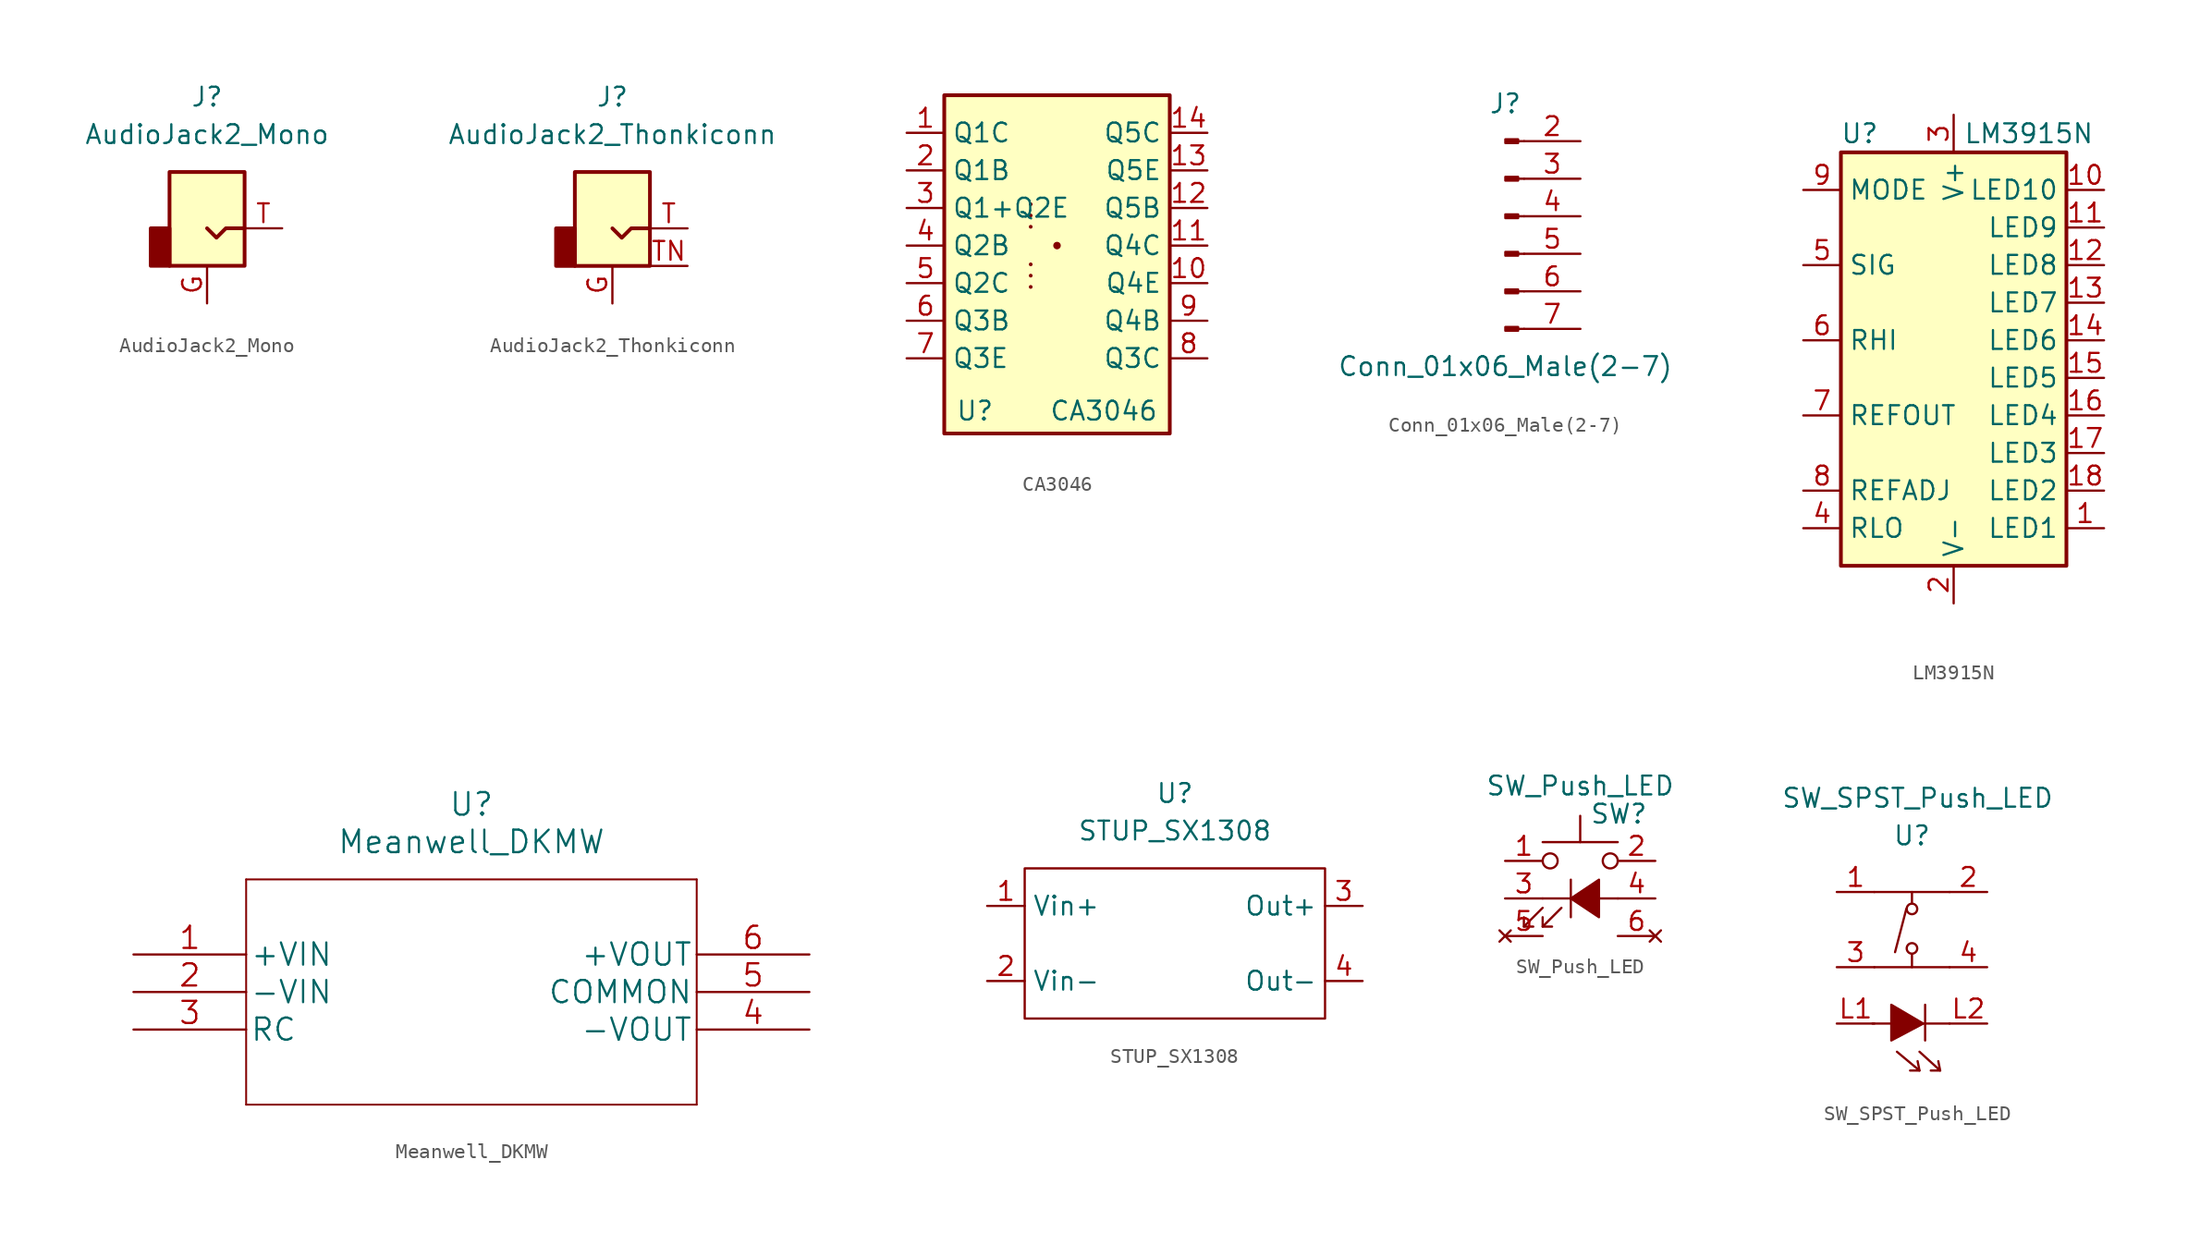
<source format=kicad_sym>
(kicad_symbol_lib
  (version 20211014)
  (generator kicad_symbol_editor)
  (symbol "AudioJack2_Mono"
    (property "Reference" "J"
      (at 0 8.89 0)
      (effects (font (size 1.27 1.27))))
    (property "Value" "AudioJack2_Mono"
      (at 0 6.35 0)
      (effects (font (size 1.27 1.27))))
    (symbol "AudioJack2_Mono_0_1"
      (rectangle (start -2.54 -2.54) (end -3.81 0) (stroke (width 0.254) (type default) (color 0 0 0 0)) (fill (type outline)))
      (polyline (pts (xy 0 0) (xy 0.635 -0.635) (xy 1.27 0) (xy 2.54 0)) (stroke (width 0.254) (type default) (color 0 0 0 0)) (fill (type none)))
      (rectangle (start 2.54 3.81) (end -2.54 -2.54) (stroke (width 0.254) (type default) (color 0 0 0 0)) (fill (type background))))
    (symbol "AudioJack2_Mono_1_1"
      (pin passive line (at 0 -5.08 90) (length 2.54) (name "~" (effects (font (size 1.27 1.27)))) (number "G" (effects (font (size 1.27 1.27)))))
      (pin passive line (at 5.08 0 180) (length 2.54) (name "~" (effects (font (size 1.27 1.27)))) (number "T" (effects (font (size 1.27 1.27)))))))
  (symbol "AudioJack2_Thonkiconn"
    (property "Reference" "J"
      (at 0 8.89 0)
      (effects (font (size 1.27 1.27))))
    (property "Value" "AudioJack2_Thonkiconn"
      (at 0 6.35 0)
      (effects (font (size 1.27 1.27))))
    (symbol "AudioJack2_Thonkiconn_0_1"
      (rectangle (start -2.54 -2.54) (end -3.81 0) (stroke (width 0.254) (type default) (color 0 0 0 0)) (fill (type outline)))
      (polyline (pts (xy 0 0) (xy 0.635 -0.635) (xy 1.27 0) (xy 2.54 0)) (stroke (width 0.254) (type default) (color 0 0 0 0)) (fill (type none)))
      (rectangle (start 2.54 3.81) (end -2.54 -2.54) (stroke (width 0.254) (type default) (color 0 0 0 0)) (fill (type background))))
    (symbol "AudioJack2_Thonkiconn_1_1"
      (pin passive line (at 0 -5.08 90) (length 2.54) (name "~" (effects (font (size 1.27 1.27)))) (number "G" (effects (font (size 1.27 1.27)))))
      (pin bidirectional line (at 5.08 0 180) (length 2.54) (name "~" (effects (font (size 1.27 1.27)))) (number "T" (effects (font (size 1.27 1.27)))))
      (pin passive line (at 5.08 -2.54 180) (length 2.54) (name "~" (effects (font (size 1.27 1.27)))) (number "TN" (effects (font (size 1.27 1.27)))))))
  (symbol "CA3046"
    (property "Reference" "U"
      (at -6.858 -11.176 0)
      (effects (font (size 1.27 1.27)) (justify left)))
    (property "Value" "CA3046"
      (at 6.858 -11.176 0)
      (effects (font (size 1.27 1.27)) (justify right)))
    (symbol "CA3046_0_1"
      (rectangle (start -7.62 10.16) (end 7.62 -12.7) (stroke (width 0.254) (type default) (color 0 0 0 0)) (fill (type background)))
      (polyline (pts (xy -1.778 -2.794) (xy -1.778 -2.794)) (stroke (width 0.254) (type default) (color 0 0 0 0)) (fill (type none)))
      (polyline (pts (xy -1.778 -2.032) (xy -1.778 -2.032)) (stroke (width 0.254) (type default) (color 0 0 0 0)) (fill (type none)))
      (polyline (pts (xy -1.778 -1.27) (xy -1.778 -1.27)) (stroke (width 0.254) (type default) (color 0 0 0 0)) (fill (type none)))
      (polyline (pts (xy -1.778 1.27) (xy -1.778 1.27)) (stroke (width 0.254) (type default) (color 0 0 0 0)) (fill (type none)))
      (polyline (pts (xy -1.778 2.032) (xy -1.778 2.032)) (stroke (width 0.254) (type default) (color 0 0 0 0)) (fill (type none)))
      (polyline (pts (xy -1.778 2.794) (xy -1.778 2.794)) (stroke (width 0.254) (type default) (color 0 0 0 0)) (fill (type none)))
      (polyline (pts (xy 0 0) (xy 0 0)) (stroke (width 0.508) (type default) (color 0 0 0 0)) (fill (type none))))
    (symbol "CA3046_1_1"
      (pin open_collector line (at -10.16 7.62 0) (length 2.54) (name "Q1C" (effects (font (size 1.27 1.27)))) (number "1" (effects (font (size 1.27 1.27)))))
      (pin open_emitter line (at 10.16 -2.54 180) (length 2.54) (name "Q4E" (effects (font (size 1.27 1.27)))) (number "10" (effects (font (size 1.27 1.27)))))
      (pin open_collector line (at 10.16 0 180) (length 2.54) (name "Q4C" (effects (font (size 1.27 1.27)))) (number "11" (effects (font (size 1.27 1.27)))))
      (pin input line (at 10.16 2.54 180) (length 2.54) (name "Q5B" (effects (font (size 1.27 1.27)))) (number "12" (effects (font (size 1.27 1.27)))))
      (pin open_emitter line (at 10.16 5.08 180) (length 2.54) (name "Q5E" (effects (font (size 1.27 1.27)))) (number "13" (effects (font (size 1.27 1.27)))))
      (pin open_collector line (at 10.16 7.62 180) (length 2.54) (name "Q5C" (effects (font (size 1.27 1.27)))) (number "14" (effects (font (size 1.27 1.27)))))
      (pin input line (at -10.16 5.08 0) (length 2.54) (name "Q1B" (effects (font (size 1.27 1.27)))) (number "2" (effects (font (size 1.27 1.27)))))
      (pin open_emitter line (at -10.16 2.54 0) (length 2.54) (name "Q1+Q2E" (effects (font (size 1.27 1.27)))) (number "3" (effects (font (size 1.27 1.27)))))
      (pin input line (at -10.16 0 0) (length 2.54) (name "Q2B" (effects (font (size 1.27 1.27)))) (number "4" (effects (font (size 1.27 1.27)))))
      (pin open_collector line (at -10.16 -2.54 0) (length 2.54) (name "Q2C" (effects (font (size 1.27 1.27)))) (number "5" (effects (font (size 1.27 1.27)))))
      (pin input line (at -10.16 -5.08 0) (length 2.54) (name "Q3B" (effects (font (size 1.27 1.27)))) (number "6" (effects (font (size 1.27 1.27)))))
      (pin open_emitter line (at -10.16 -7.62 0) (length 2.54) (name "Q3E" (effects (font (size 1.27 1.27)))) (number "7" (effects (font (size 1.27 1.27)))))
      (pin open_collector line (at 10.16 -7.62 180) (length 2.54) (name "Q3C" (effects (font (size 1.27 1.27)))) (number "8" (effects (font (size 1.27 1.27)))))
      (pin input line (at 10.16 -5.08 180) (length 2.54) (name "Q4B" (effects (font (size 1.27 1.27)))) (number "9" (effects (font (size 1.27 1.27)))))))
  (symbol "Conn_01x06_Male(2-7)"
    (pin_names
      (offset 1.016) hide)
    (property "Reference" "J"
      (at 0 7.62 0)
      (effects (font (size 1.27 1.27))))
    (property "Value" "Conn_01x06_Male(2-7)"
      (at 0 -10.16 0)
      (effects (font (size 1.27 1.27))))
    (symbol "Conn_01x06_Male(2-7)_1_1"
      (polyline (pts (xy 1.27 -7.62) (xy 0.864 -7.62)) (stroke (width 0.152) (type default) (color 0 0 0 0)) (fill (type none)))
      (polyline (pts (xy 1.27 -5.08) (xy 0.864 -5.08)) (stroke (width 0.152) (type default) (color 0 0 0 0)) (fill (type none)))
      (polyline (pts (xy 1.27 -2.54) (xy 0.864 -2.54)) (stroke (width 0.152) (type default) (color 0 0 0 0)) (fill (type none)))
      (polyline (pts (xy 1.27 0) (xy 0.864 0)) (stroke (width 0.152) (type default) (color 0 0 0 0)) (fill (type none)))
      (polyline (pts (xy 1.27 2.54) (xy 0.864 2.54)) (stroke (width 0.152) (type default) (color 0 0 0 0)) (fill (type none)))
      (polyline (pts (xy 1.27 5.08) (xy 0.864 5.08)) (stroke (width 0.152) (type default) (color 0 0 0 0)) (fill (type none)))
      (rectangle (start 0.864 -7.493) (end 0 -7.747) (stroke (width 0.152) (type default) (color 0 0 0 0)) (fill (type outline)))
      (rectangle (start 0.864 -4.953) (end 0 -5.207) (stroke (width 0.152) (type default) (color 0 0 0 0)) (fill (type outline)))
      (rectangle (start 0.864 -2.413) (end 0 -2.667) (stroke (width 0.152) (type default) (color 0 0 0 0)) (fill (type outline)))
      (rectangle (start 0.864 0.127) (end 0 -0.127) (stroke (width 0.152) (type default) (color 0 0 0 0)) (fill (type outline)))
      (rectangle (start 0.864 2.667) (end 0 2.413) (stroke (width 0.152) (type default) (color 0 0 0 0)) (fill (type outline)))
      (rectangle (start 0.864 5.207) (end 0 4.953) (stroke (width 0.152) (type default) (color 0 0 0 0)) (fill (type outline)))
      (pin passive line (at 5.08 5.08 180) (length 3.81) (name "Pin_2" (effects (font (size 1.27 1.27)))) (number "2" (effects (font (size 1.27 1.27)))))
      (pin passive line (at 5.08 2.54 180) (length 3.81) (name "Pin_3" (effects (font (size 1.27 1.27)))) (number "3" (effects (font (size 1.27 1.27)))))
      (pin passive line (at 5.08 0 180) (length 3.81) (name "Pin_4" (effects (font (size 1.27 1.27)))) (number "4" (effects (font (size 1.27 1.27)))))
      (pin passive line (at 5.08 -2.54 180) (length 3.81) (name "Pin_5" (effects (font (size 1.27 1.27)))) (number "5" (effects (font (size 1.27 1.27)))))
      (pin passive line (at 5.08 -5.08 180) (length 3.81) (name "Pin_6" (effects (font (size 1.27 1.27)))) (number "6" (effects (font (size 1.27 1.27)))))
      (pin passive line (at 5.08 -7.62 180) (length 3.81) (name "Pin_7" (effects (font (size 1.27 1.27)))) (number "7" (effects (font (size 1.27 1.27)))))))
  (symbol "LM3915N"
    (property "Reference" "U"
      (at -6.35 13.97 0)
      (effects (font (size 1.27 1.27))))
    (property "Value" "LM3915N"
      (at 5.08 13.97 0)
      (effects (font (size 1.27 1.27))))
    (symbol "LM3915N_0_1"
      (rectangle (start -7.62 12.7) (end 7.62 -15.24) (stroke (width 0.254) (type default) (color 0 0 0 0)) (fill (type background))))
    (symbol "LM3915N_1_1"
      (pin open_collector line (at 10.16 -12.7 180) (length 2.54) (name "LED1" (effects (font (size 1.27 1.27)))) (number "1" (effects (font (size 1.27 1.27)))))
      (pin open_collector line (at 10.16 10.16 180) (length 2.54) (name "LED10" (effects (font (size 1.27 1.27)))) (number "10" (effects (font (size 1.27 1.27)))))
      (pin open_collector line (at 10.16 7.62 180) (length 2.54) (name "LED9" (effects (font (size 1.27 1.27)))) (number "11" (effects (font (size 1.27 1.27)))))
      (pin open_collector line (at 10.16 5.08 180) (length 2.54) (name "LED8" (effects (font (size 1.27 1.27)))) (number "12" (effects (font (size 1.27 1.27)))))
      (pin open_collector line (at 10.16 2.54 180) (length 2.54) (name "LED7" (effects (font (size 1.27 1.27)))) (number "13" (effects (font (size 1.27 1.27)))))
      (pin open_collector line (at 10.16 0 180) (length 2.54) (name "LED6" (effects (font (size 1.27 1.27)))) (number "14" (effects (font (size 1.27 1.27)))))
      (pin open_collector line (at 10.16 -2.54 180) (length 2.54) (name "LED5" (effects (font (size 1.27 1.27)))) (number "15" (effects (font (size 1.27 1.27)))))
      (pin open_collector line (at 10.16 -5.08 180) (length 2.54) (name "LED4" (effects (font (size 1.27 1.27)))) (number "16" (effects (font (size 1.27 1.27)))))
      (pin open_collector line (at 10.16 -7.62 180) (length 2.54) (name "LED3" (effects (font (size 1.27 1.27)))) (number "17" (effects (font (size 1.27 1.27)))))
      (pin open_collector line (at 10.16 -10.16 180) (length 2.54) (name "LED2" (effects (font (size 1.27 1.27)))) (number "18" (effects (font (size 1.27 1.27)))))
      (pin power_in line (at 0 -17.78 90) (length 2.54) (name "V-" (effects (font (size 1.27 1.27)))) (number "2" (effects (font (size 1.27 1.27)))))
      (pin power_in line (at 0 15.24 270) (length 2.54) (name "V+" (effects (font (size 1.27 1.27)))) (number "3" (effects (font (size 1.27 1.27)))))
      (pin input line (at -10.16 -12.7 0) (length 2.54) (name "RLO" (effects (font (size 1.27 1.27)))) (number "4" (effects (font (size 1.27 1.27)))))
      (pin input line (at -10.16 5.08 0) (length 2.54) (name "SIG" (effects (font (size 1.27 1.27)))) (number "5" (effects (font (size 1.27 1.27)))))
      (pin input line (at -10.16 0 0) (length 2.54) (name "RHI" (effects (font (size 1.27 1.27)))) (number "6" (effects (font (size 1.27 1.27)))))
      (pin output line (at -10.16 -5.08 0) (length 2.54) (name "REFOUT" (effects (font (size 1.27 1.27)))) (number "7" (effects (font (size 1.27 1.27)))))
      (pin input line (at -10.16 -10.16 0) (length 2.54) (name "REFADJ" (effects (font (size 1.27 1.27)))) (number "8" (effects (font (size 1.27 1.27)))))
      (pin input line (at -10.16 10.16 0) (length 2.54) (name "MODE" (effects (font (size 1.27 1.27)))) (number "9" (effects (font (size 1.27 1.27)))))))
  (symbol "Meanwell_DKMW"
    (pin_names
      (offset 0.254))
    (property "Reference" "U"
      (at 22.86 10.16 0)
      (effects (font (size 1.524 1.524))))
    (property "Value" "Meanwell_DKMW"
      (at 22.86 7.62 0)
      (effects (font (size 1.524 1.524))))
    (property "Datasheet" ""
      (at 0 0 0)
      (effects (font (size 1.524 1.524))))
    (property "ki_locked" ""
      (at 0 0 0)
      (effects (font (size 1.27 1.27))))
    (symbol "Meanwell_DKMW_1_1"
      (polyline (pts (xy 7.62 -10.16) (xy 38.1 -10.16)) (stroke (width 0.127) (type default) (color 0 0 0 0)) (fill (type none)))
      (polyline (pts (xy 7.62 5.08) (xy 7.62 -10.16)) (stroke (width 0.127) (type default) (color 0 0 0 0)) (fill (type none)))
      (polyline (pts (xy 38.1 -10.16) (xy 38.1 5.08)) (stroke (width 0.127) (type default) (color 0 0 0 0)) (fill (type none)))
      (polyline (pts (xy 38.1 5.08) (xy 7.62 5.08)) (stroke (width 0.127) (type default) (color 0 0 0 0)) (fill (type none)))
      (pin power_in line (at 0 0 0) (length 7.62) (name "+VIN" (effects (font (size 1.499 1.499)))) (number "1" (effects (font (size 1.499 1.499)))))
      (pin power_in line (at 0 -2.54 0) (length 7.62) (name "-VIN" (effects (font (size 1.499 1.499)))) (number "2" (effects (font (size 1.499 1.499)))))
      (pin unspecified line (at 0 -5.08 0) (length 7.62) (name "RC" (effects (font (size 1.499 1.499)))) (number "3" (effects (font (size 1.499 1.499)))))
      (pin output line (at 45.72 -5.08 180) (length 7.62) (name "-VOUT" (effects (font (size 1.499 1.499)))) (number "4" (effects (font (size 1.499 1.499)))))
      (pin unspecified line (at 45.72 -2.54 180) (length 7.62) (name "COMMON" (effects (font (size 1.499 1.499)))) (number "5" (effects (font (size 1.499 1.499)))))
      (pin output line (at 45.72 0 180) (length 7.62) (name "+VOUT" (effects (font (size 1.499 1.499)))) (number "6" (effects (font (size 1.499 1.499)))))))
  (symbol "STUP_SX1308"
    (property "Reference" "U"
      (at 0 10.16 0)
      (effects (font (size 1.27 1.27))))
    (property "Value" "STUP_SX1308"
      (at 0 7.62 0)
      (effects (font (size 1.27 1.27))))
    (symbol "STUP_SX1308_0_1"
      (rectangle (start -10.16 5.08) (end 10.16 -5.08) (stroke (width 0) (type default) (color 0 0 0 0)) (fill (type none))))
    (symbol "STUP_SX1308_1_1"
      (pin input line (at -12.7 2.54 0) (length 2.54) (name "Vin+" (effects (font (size 1.27 1.27)))) (number "1" (effects (font (size 1.27 1.27)))))
      (pin input line (at -12.7 -2.54 0) (length 2.54) (name "Vin-" (effects (font (size 1.27 1.27)))) (number "2" (effects (font (size 1.27 1.27)))))
      (pin output line (at 12.7 2.54 180) (length 2.54) (name "Out+" (effects (font (size 1.27 1.27)))) (number "3" (effects (font (size 1.27 1.27)))))
      (pin output line (at 12.7 -2.54 180) (length 2.54) (name "Out-" (effects (font (size 1.27 1.27)))) (number "4" (effects (font (size 1.27 1.27)))))))
  (symbol "SW_Push_LED"
    (pin_names
      (offset 1.016) hide)
    (property "Reference" "SW"
      (at 0.635 5.715 0)
      (effects (font (size 1.27 1.27)) (justify left)))
    (property "Value" "SW_Push_LED"
      (at 0 7.62 0)
      (effects (font (size 1.27 1.27))))
    (symbol "SW_Push_LED_0_0"
      (polyline (pts (xy -3.81 -1.905) (xy -2.54 -0.635)) (stroke (width 0) (type default) (color 0 0 0 0)) (fill (type none)))
      (polyline (pts (xy -2.54 -1.905) (xy -1.27 -0.635)) (stroke (width 0) (type default) (color 0 0 0 0)) (fill (type none)))
      (polyline (pts (xy -2.54 0) (xy 2.54 0)) (stroke (width 0) (type default) (color 0 0 0 0)) (fill (type none)))
      (polyline (pts (xy -0.635 1.27) (xy -0.635 -1.27)) (stroke (width 0) (type default) (color 0 0 0 0)) (fill (type none)))
      (polyline (pts (xy -3.81 -1.27) (xy -3.81 -1.905) (xy -3.175 -1.905)) (stroke (width 0) (type default) (color 0 0 0 0)) (fill (type none)))
      (polyline (pts (xy -2.54 -1.27) (xy -2.54 -1.905) (xy -1.905 -1.905)) (stroke (width 0) (type default) (color 0 0 0 0)) (fill (type none)))
      (polyline (pts (xy -0.635 0) (xy 1.27 1.27) (xy 1.27 -1.27) (xy -0.635 0)) (stroke (width 0) (type default) (color 0 0 0 0)) (fill (type outline))))
    (symbol "SW_Push_LED_0_1"
      (circle (center -2.032 2.54) (radius 0.508) (stroke (width 0) (type default) (color 0 0 0 0)) (fill (type none)))
      (polyline (pts (xy 0 3.81) (xy 0 5.588)) (stroke (width 0) (type default) (color 0 0 0 0)) (fill (type none)))
      (polyline (pts (xy 2.54 3.81) (xy -2.54 3.81)) (stroke (width 0) (type default) (color 0 0 0 0)) (fill (type none)))
      (circle (center 2.032 2.54) (radius 0.508) (stroke (width 0) (type default) (color 0 0 0 0)) (fill (type none)))
      (pin passive line (at -5.08 2.54 0) (length 2.54) (name "1" (effects (font (size 1.27 1.27)))) (number "1" (effects (font (size 1.27 1.27)))))
      (pin passive line (at 5.08 2.54 180) (length 2.54) (name "2" (effects (font (size 1.27 1.27)))) (number "2" (effects (font (size 1.27 1.27)))))
      (pin passive line (at -5.08 0 0) (length 2.54) (name "K" (effects (font (size 1.27 1.27)))) (number "3" (effects (font (size 1.27 1.27)))))
      (pin passive line (at 5.08 0 180) (length 2.54) (name "A" (effects (font (size 1.27 1.27)))) (number "4" (effects (font (size 1.27 1.27))))))
    (symbol "SW_Push_LED_1_1"
      (pin no_connect line (at -5.08 -2.54 0) (length 2.54) (name "~" (effects (font (size 1.27 1.27)))) (number "5" (effects (font (size 1.27 1.27)))))
      (pin no_connect line (at 5.08 -2.54 180) (length 2.54) (name "~" (effects (font (size 1.27 1.27)))) (number "6" (effects (font (size 1.27 1.27)))))))
  (symbol "SW_SPST_Push_LED"
    (pin_names
      (offset 1.016))
    (property "Reference" "U"
      (at 0 6.35 0)
      (effects (font (size 1.27 1.27))))
    (property "Value" "SW_SPST_Push_LED"
      (at 0.381 8.89 0)
      (effects (font (size 1.27 1.27))))
    (symbol "SW_SPST_Push_LED_0_1"
      (rectangle (start -2.54 -2.54) (end 2.54 -2.54) (stroke (width 0) (type default) (color 0 0 0 0)) (fill (type none)))
      (rectangle (start -2.54 2.54) (end 2.54 2.54) (stroke (width 0) (type default) (color 0 0 0 0)) (fill (type none)))
      (rectangle (start 0 -2.54) (end 0 -1.651) (stroke (width 0) (type default) (color 0 0 0 0)) (fill (type none)))
      (circle (center 0 -1.27) (radius 0.356) (stroke (width 0) (type default) (color 0 0 0 0)) (fill (type none)))
      (polyline (pts (xy -0.381 1.397) (xy -1.143 -1.524)) (stroke (width 0) (type default) (color 0 0 0 0)) (fill (type none)))
      (polyline (pts (xy 0.508 -9.525) (xy 0.381 -8.89)) (stroke (width 0) (type default) (color 0 0 0 0)) (fill (type none)))
      (polyline (pts (xy 0.889 -5.08) (xy 0.889 -7.493)) (stroke (width 0) (type default) (color 0 0 0 0)) (fill (type none)))
      (polyline (pts (xy 1.905 -9.525) (xy 1.778 -8.89)) (stroke (width 0) (type default) (color 0 0 0 0)) (fill (type none)))
      (polyline (pts (xy -1.016 -8.255) (xy 0.508 -9.525) (xy -0.127 -9.525)) (stroke (width 0) (type default) (color 0 0 0 0)) (fill (type none)))
      (polyline (pts (xy 0.508 -8.255) (xy 1.905 -9.525) (xy 1.27 -9.525)) (stroke (width 0) (type default) (color 0 0 0 0)) (fill (type none)))
      (polyline (pts (xy 2.54 -6.35) (xy 0.889 -6.35) (xy -2.667 -6.35)) (stroke (width 0) (type default) (color 0 0 0 0)) (fill (type none)))
      (polyline (pts (xy -1.397 -7.493) (xy -1.397 -5.08) (xy 0.762 -6.35) (xy -1.397 -7.493)) (stroke (width 0) (type default) (color 0 0 0 0)) (fill (type outline)))
      (circle (center 0 1.397) (radius 0.356) (stroke (width 0) (type default) (color 0 0 0 0)) (fill (type none)))
      (rectangle (start 0 2.54) (end 0 1.778) (stroke (width 0) (type default) (color 0 0 0 0)) (fill (type none))))
    (symbol "SW_SPST_Push_LED_1_1"
      (pin input line (at -5.08 2.54 0) (length 2.54) (name "~" (effects (font (size 1.27 1.27)))) (number "1" (effects (font (size 1.27 1.27)))))
      (pin input line (at 5.08 2.54 180) (length 2.54) (name "~" (effects (font (size 1.27 1.27)))) (number "2" (effects (font (size 1.27 1.27)))))
      (pin input line (at -5.08 -2.54 0) (length 2.54) (name "~" (effects (font (size 1.27 1.27)))) (number "3" (effects (font (size 1.27 1.27)))))
      (pin input line (at 5.08 -2.54 180) (length 2.54) (name "~" (effects (font (size 1.27 1.27)))) (number "4" (effects (font (size 1.27 1.27)))))
      (pin input line (at -5.08 -6.35 0) (length 2.54) (name "~" (effects (font (size 1.27 1.27)))) (number "L1" (effects (font (size 1.27 1.27)))))
      (pin input line (at 5.08 -6.35 180) (length 2.54) (name "~" (effects (font (size 1.27 1.27)))) (number "L2" (effects (font (size 1.27 1.27))))))))
</source>
